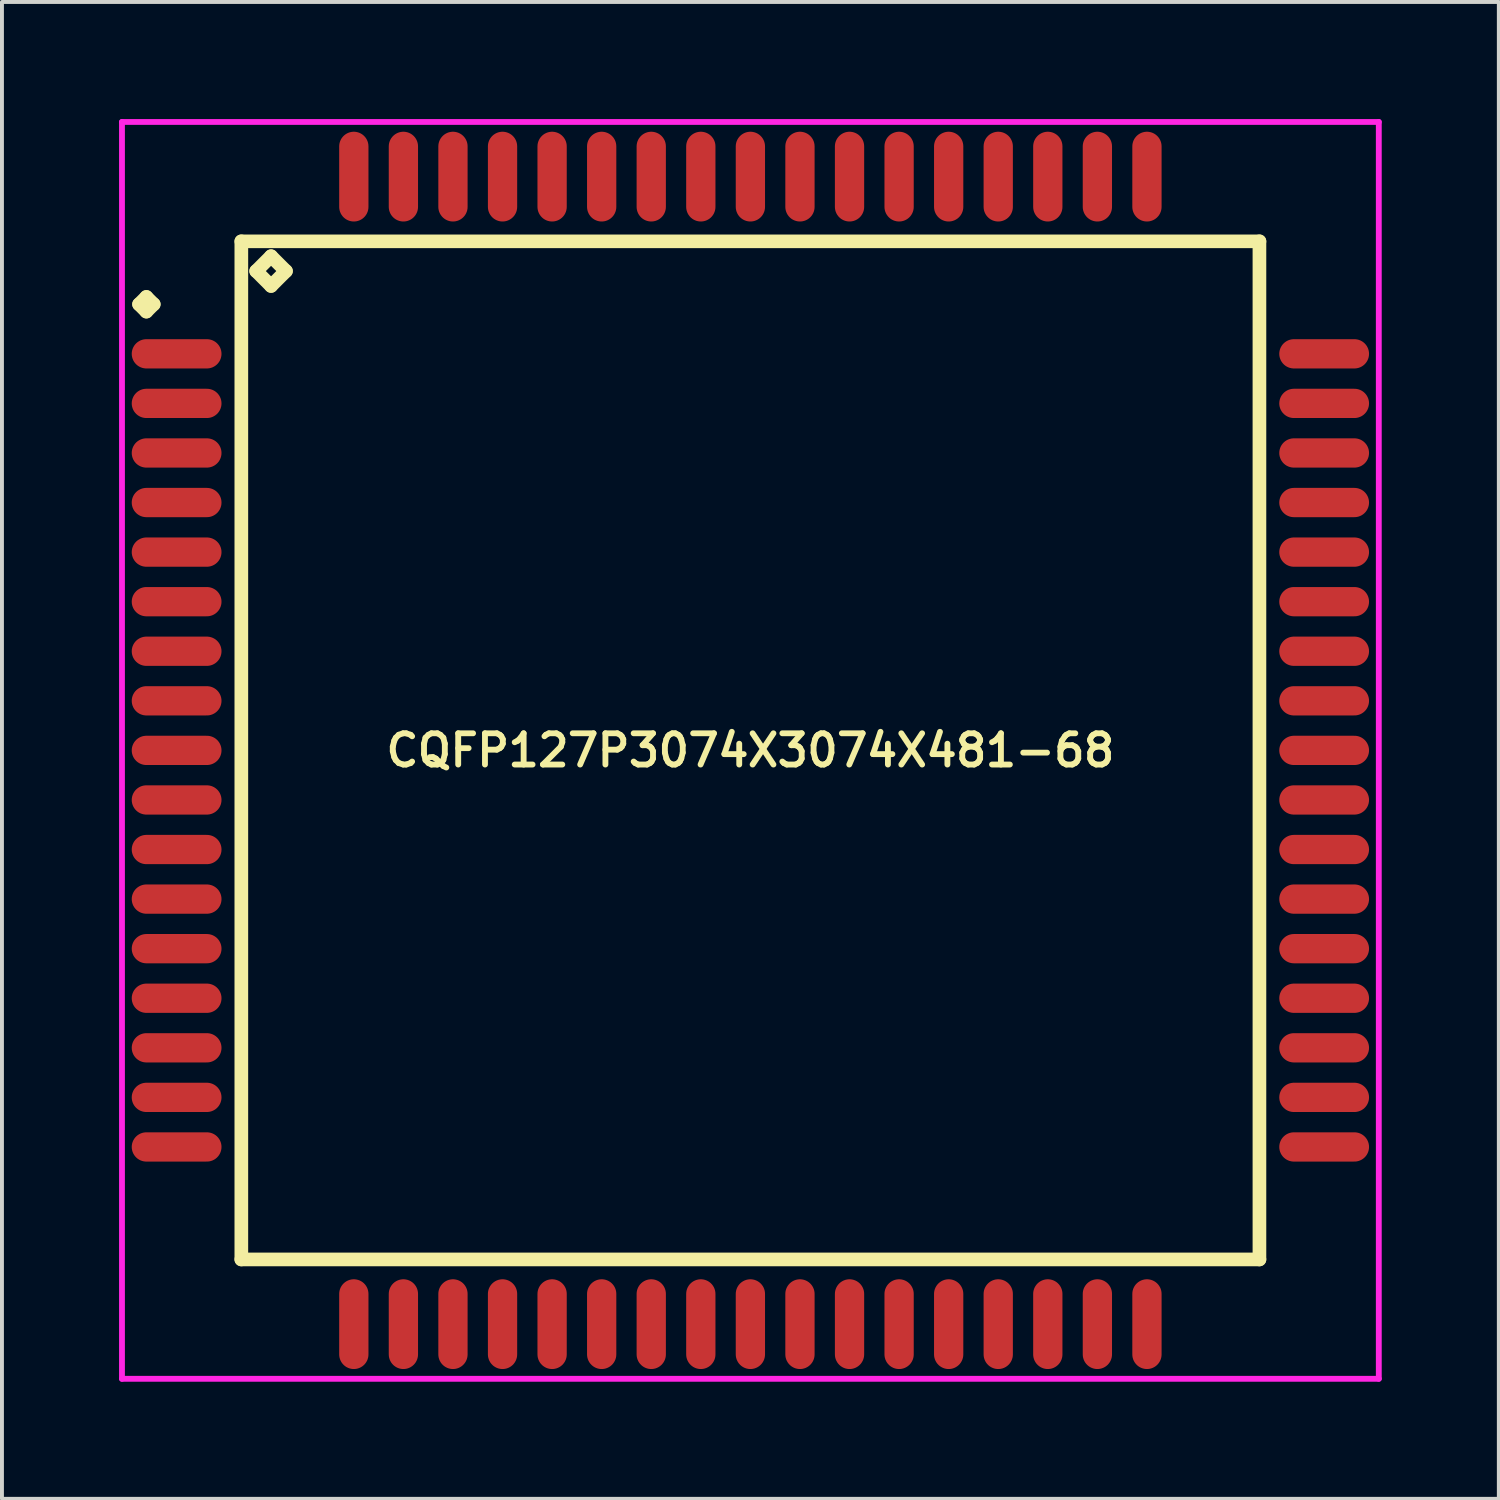
<source format=kicad_pcb>
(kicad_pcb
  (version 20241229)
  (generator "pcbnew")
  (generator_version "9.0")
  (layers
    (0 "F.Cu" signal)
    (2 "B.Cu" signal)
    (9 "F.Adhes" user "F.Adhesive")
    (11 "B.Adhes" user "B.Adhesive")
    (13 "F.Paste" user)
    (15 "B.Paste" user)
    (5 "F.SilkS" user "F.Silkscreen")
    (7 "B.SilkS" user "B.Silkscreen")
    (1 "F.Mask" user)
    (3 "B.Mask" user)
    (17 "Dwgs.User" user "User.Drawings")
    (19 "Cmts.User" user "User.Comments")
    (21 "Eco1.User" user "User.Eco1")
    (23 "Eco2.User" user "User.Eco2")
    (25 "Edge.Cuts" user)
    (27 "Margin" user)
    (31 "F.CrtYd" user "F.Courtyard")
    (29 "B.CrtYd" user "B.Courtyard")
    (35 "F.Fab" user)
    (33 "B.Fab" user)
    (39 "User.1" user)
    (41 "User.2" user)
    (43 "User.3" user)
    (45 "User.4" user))
  (footprint "CQFP127P3074X3074X481-68"
    (layer "F.Cu")
    (at 16.175 16.175)
    (property "Reference" "CQFP127P3074X3074X481-68" (at 0 0 0) (layer "F.SilkS") (effects (font (size 0.8 0.8) (thickness 0.15))))
    (attr through_hole)
    (fp_line (start -15.662 -11.43) (end -15.475 -11.617) (stroke (width 0.35) (type solid)) (layer "F.SilkS"))
    (fp_line (start -15.475 -11.617) (end -15.287 -11.43) (stroke (width 0.35) (type solid)) (layer "F.SilkS"))
    (fp_line (start -15.475 -11.242) (end -15.662 -11.43) (stroke (width 0.35) (type solid)) (layer "F.SilkS"))
    (fp_line (start -15.287 -11.43) (end -15.475 -11.242) (stroke (width 0.35) (type solid)) (layer "F.SilkS"))
    (fp_line (start -13.042 -13.042) (end -13.042 13.042) (stroke (width 0.35) (type solid)) (layer "F.SilkS"))
    (fp_line (start -13.042 13.042) (end 13.042 13.042) (stroke (width 0.35) (type solid)) (layer "F.SilkS"))
    (fp_line (start -12.661 -12.28) (end -12.28 -12.661) (stroke (width 0.35) (type solid)) (layer "F.SilkS"))
    (fp_line (start -12.28 -12.661) (end -11.899 -12.28) (stroke (width 0.35) (type solid)) (layer "F.SilkS"))
    (fp_line (start -12.28 -11.899) (end -12.661 -12.28) (stroke (width 0.35) (type solid)) (layer "F.SilkS"))
    (fp_line (start -11.899 -12.28) (end -12.28 -11.899) (stroke (width 0.35) (type solid)) (layer "F.SilkS"))
    (fp_line (start 13.042 -13.042) (end -13.042 -13.042) (stroke (width 0.35) (type solid)) (layer "F.SilkS"))
    (fp_line (start 13.042 13.042) (end 13.042 -13.042) (stroke (width 0.35) (type solid)) (layer "F.SilkS"))
    (fp_line (start -16.1 -16.1) (end 16.1 -16.1) (stroke (width 0.15) (type solid)) (layer "F.CrtYd"))
    (fp_line (start -16.1 16.1) (end -16.1 -16.1) (stroke (width 0.15) (type solid)) (layer "F.CrtYd"))
    (fp_line (start 16.1 -16.1) (end 16.1 16.1) (stroke (width 0.15) (type solid)) (layer "F.CrtYd"))
    (fp_line (start 16.1 16.1) (end -16.1 16.1) (stroke (width 0.15) (type solid)) (layer "F.CrtYd"))
    (pad "1" smd oval (at -14.7 -10.16) (size 2.3 0.75) (layers "F.Cu" "F.Mask" "F.Paste"))
    (pad "2" smd oval (at -14.7 -8.89) (size 2.3 0.75) (layers "F.Cu" "F.Mask" "F.Paste"))
    (pad "3" smd oval (at -14.7 -7.62) (size 2.3 0.75) (layers "F.Cu" "F.Mask" "F.Paste"))
    (pad "4" smd oval (at -14.7 -6.35) (size 2.3 0.75) (layers "F.Cu" "F.Mask" "F.Paste"))
    (pad "5" smd oval (at -14.7 -5.08) (size 2.3 0.75) (layers "F.Cu" "F.Mask" "F.Paste"))
    (pad "6" smd oval (at -14.7 -3.81) (size 2.3 0.75) (layers "F.Cu" "F.Mask" "F.Paste"))
    (pad "7" smd oval (at -14.7 -2.54) (size 2.3 0.75) (layers "F.Cu" "F.Mask" "F.Paste"))
    (pad "8" smd oval (at -14.7 -1.27) (size 2.3 0.75) (layers "F.Cu" "F.Mask" "F.Paste"))
    (pad "9" smd oval (at -14.7 0) (size 2.3 0.75) (layers "F.Cu" "F.Mask" "F.Paste"))
    (pad "10" smd oval (at -14.7 1.27) (size 2.3 0.75) (layers "F.Cu" "F.Mask" "F.Paste"))
    (pad "11" smd oval (at -14.7 2.54) (size 2.3 0.75) (layers "F.Cu" "F.Mask" "F.Paste"))
    (pad "12" smd oval (at -14.7 3.81) (size 2.3 0.75) (layers "F.Cu" "F.Mask" "F.Paste"))
    (pad "13" smd oval (at -14.7 5.08) (size 2.3 0.75) (layers "F.Cu" "F.Mask" "F.Paste"))
    (pad "14" smd oval (at -14.7 6.35) (size 2.3 0.75) (layers "F.Cu" "F.Mask" "F.Paste"))
    (pad "15" smd oval (at -14.7 7.62) (size 2.3 0.75) (layers "F.Cu" "F.Mask" "F.Paste"))
    (pad "16" smd oval (at -14.7 8.89) (size 2.3 0.75) (layers "F.Cu" "F.Mask" "F.Paste"))
    (pad "17" smd oval (at -14.7 10.16) (size 2.3 0.75) (layers "F.Cu" "F.Mask" "F.Paste"))
    (pad "18" smd oval (at -10.16 14.7) (size 0.75 2.3) (layers "F.Cu" "F.Mask" "F.Paste"))
    (pad "19" smd oval (at -8.89 14.7) (size 0.75 2.3) (layers "F.Cu" "F.Mask" "F.Paste"))
    (pad "20" smd oval (at -7.62 14.7) (size 0.75 2.3) (layers "F.Cu" "F.Mask" "F.Paste"))
    (pad "21" smd oval (at -6.35 14.7) (size 0.75 2.3) (layers "F.Cu" "F.Mask" "F.Paste"))
    (pad "22" smd oval (at -5.08 14.7) (size 0.75 2.3) (layers "F.Cu" "F.Mask" "F.Paste"))
    (pad "23" smd oval (at -3.81 14.7) (size 0.75 2.3) (layers "F.Cu" "F.Mask" "F.Paste"))
    (pad "24" smd oval (at -2.54 14.7) (size 0.75 2.3) (layers "F.Cu" "F.Mask" "F.Paste"))
    (pad "25" smd oval (at -1.27 14.7) (size 0.75 2.3) (layers "F.Cu" "F.Mask" "F.Paste"))
    (pad "26" smd oval (at 0 14.7) (size 0.75 2.3) (layers "F.Cu" "F.Mask" "F.Paste"))
    (pad "27" smd oval (at 1.27 14.7) (size 0.75 2.3) (layers "F.Cu" "F.Mask" "F.Paste"))
    (pad "28" smd oval (at 2.54 14.7) (size 0.75 2.3) (layers "F.Cu" "F.Mask" "F.Paste"))
    (pad "29" smd oval (at 3.81 14.7) (size 0.75 2.3) (layers "F.Cu" "F.Mask" "F.Paste"))
    (pad "30" smd oval (at 5.08 14.7) (size 0.75 2.3) (layers "F.Cu" "F.Mask" "F.Paste"))
    (pad "31" smd oval (at 6.35 14.7) (size 0.75 2.3) (layers "F.Cu" "F.Mask" "F.Paste"))
    (pad "32" smd oval (at 7.62 14.7) (size 0.75 2.3) (layers "F.Cu" "F.Mask" "F.Paste"))
    (pad "33" smd oval (at 8.89 14.7) (size 0.75 2.3) (layers "F.Cu" "F.Mask" "F.Paste"))
    (pad "34" smd oval (at 10.16 14.7) (size 0.75 2.3) (layers "F.Cu" "F.Mask" "F.Paste"))
    (pad "35" smd oval (at 14.7 10.16) (size 2.3 0.75) (layers "F.Cu" "F.Mask" "F.Paste"))
    (pad "36" smd oval (at 14.7 8.89) (size 2.3 0.75) (layers "F.Cu" "F.Mask" "F.Paste"))
    (pad "37" smd oval (at 14.7 7.62) (size 2.3 0.75) (layers "F.Cu" "F.Mask" "F.Paste"))
    (pad "38" smd oval (at 14.7 6.35) (size 2.3 0.75) (layers "F.Cu" "F.Mask" "F.Paste"))
    (pad "39" smd oval (at 14.7 5.08) (size 2.3 0.75) (layers "F.Cu" "F.Mask" "F.Paste"))
    (pad "40" smd oval (at 14.7 3.81) (size 2.3 0.75) (layers "F.Cu" "F.Mask" "F.Paste"))
    (pad "41" smd oval (at 14.7 2.54) (size 2.3 0.75) (layers "F.Cu" "F.Mask" "F.Paste"))
    (pad "42" smd oval (at 14.7 1.27) (size 2.3 0.75) (layers "F.Cu" "F.Mask" "F.Paste"))
    (pad "43" smd oval (at 14.7 0) (size 2.3 0.75) (layers "F.Cu" "F.Mask" "F.Paste"))
    (pad "44" smd oval (at 14.7 -1.27) (size 2.3 0.75) (layers "F.Cu" "F.Mask" "F.Paste"))
    (pad "45" smd oval (at 14.7 -2.54) (size 2.3 0.75) (layers "F.Cu" "F.Mask" "F.Paste"))
    (pad "46" smd oval (at 14.7 -3.81) (size 2.3 0.75) (layers "F.Cu" "F.Mask" "F.Paste"))
    (pad "47" smd oval (at 14.7 -5.08) (size 2.3 0.75) (layers "F.Cu" "F.Mask" "F.Paste"))
    (pad "48" smd oval (at 14.7 -6.35) (size 2.3 0.75) (layers "F.Cu" "F.Mask" "F.Paste"))
    (pad "49" smd oval (at 14.7 -7.62) (size 2.3 0.75) (layers "F.Cu" "F.Mask" "F.Paste"))
    (pad "50" smd oval (at 14.7 -8.89) (size 2.3 0.75) (layers "F.Cu" "F.Mask" "F.Paste"))
    (pad "51" smd oval (at 14.7 -10.16) (size 2.3 0.75) (layers "F.Cu" "F.Mask" "F.Paste"))
    (pad "52" smd oval (at 10.16 -14.7) (size 0.75 2.3) (layers "F.Cu" "F.Mask" "F.Paste"))
    (pad "53" smd oval (at 8.89 -14.7) (size 0.75 2.3) (layers "F.Cu" "F.Mask" "F.Paste"))
    (pad "54" smd oval (at 7.62 -14.7) (size 0.75 2.3) (layers "F.Cu" "F.Mask" "F.Paste"))
    (pad "55" smd oval (at 6.35 -14.7) (size 0.75 2.3) (layers "F.Cu" "F.Mask" "F.Paste"))
    (pad "56" smd oval (at 5.08 -14.7) (size 0.75 2.3) (layers "F.Cu" "F.Mask" "F.Paste"))
    (pad "57" smd oval (at 3.81 -14.7) (size 0.75 2.3) (layers "F.Cu" "F.Mask" "F.Paste"))
    (pad "58" smd oval (at 2.54 -14.7) (size 0.75 2.3) (layers "F.Cu" "F.Mask" "F.Paste"))
    (pad "59" smd oval (at 1.27 -14.7) (size 0.75 2.3) (layers "F.Cu" "F.Mask" "F.Paste"))
    (pad "60" smd oval (at 0 -14.7) (size 0.75 2.3) (layers "F.Cu" "F.Mask" "F.Paste"))
    (pad "61" smd oval (at -1.27 -14.7) (size 0.75 2.3) (layers "F.Cu" "F.Mask" "F.Paste"))
    (pad "62" smd oval (at -2.54 -14.7) (size 0.75 2.3) (layers "F.Cu" "F.Mask" "F.Paste"))
    (pad "63" smd oval (at -3.81 -14.7) (size 0.75 2.3) (layers "F.Cu" "F.Mask" "F.Paste"))
    (pad "64" smd oval (at -5.08 -14.7) (size 0.75 2.3) (layers "F.Cu" "F.Mask" "F.Paste"))
    (pad "65" smd oval (at -6.35 -14.7) (size 0.75 2.3) (layers "F.Cu" "F.Mask" "F.Paste"))
    (pad "66" smd oval (at -7.62 -14.7) (size 0.75 2.3) (layers "F.Cu" "F.Mask" "F.Paste"))
    (pad "67" smd oval (at -8.89 -14.7) (size 0.75 2.3) (layers "F.Cu" "F.Mask" "F.Paste"))
    (pad "68" smd oval (at -10.16 -14.7) (size 0.75 2.3) (layers "F.Cu" "F.Mask" "F.Paste")))
  (gr_rect
    (start -3 -3)
    (end 35.35 35.35)
    (stroke (width 0.1) (type default))
    (fill no)
    (layer "Edge.Cuts")))
</source>
